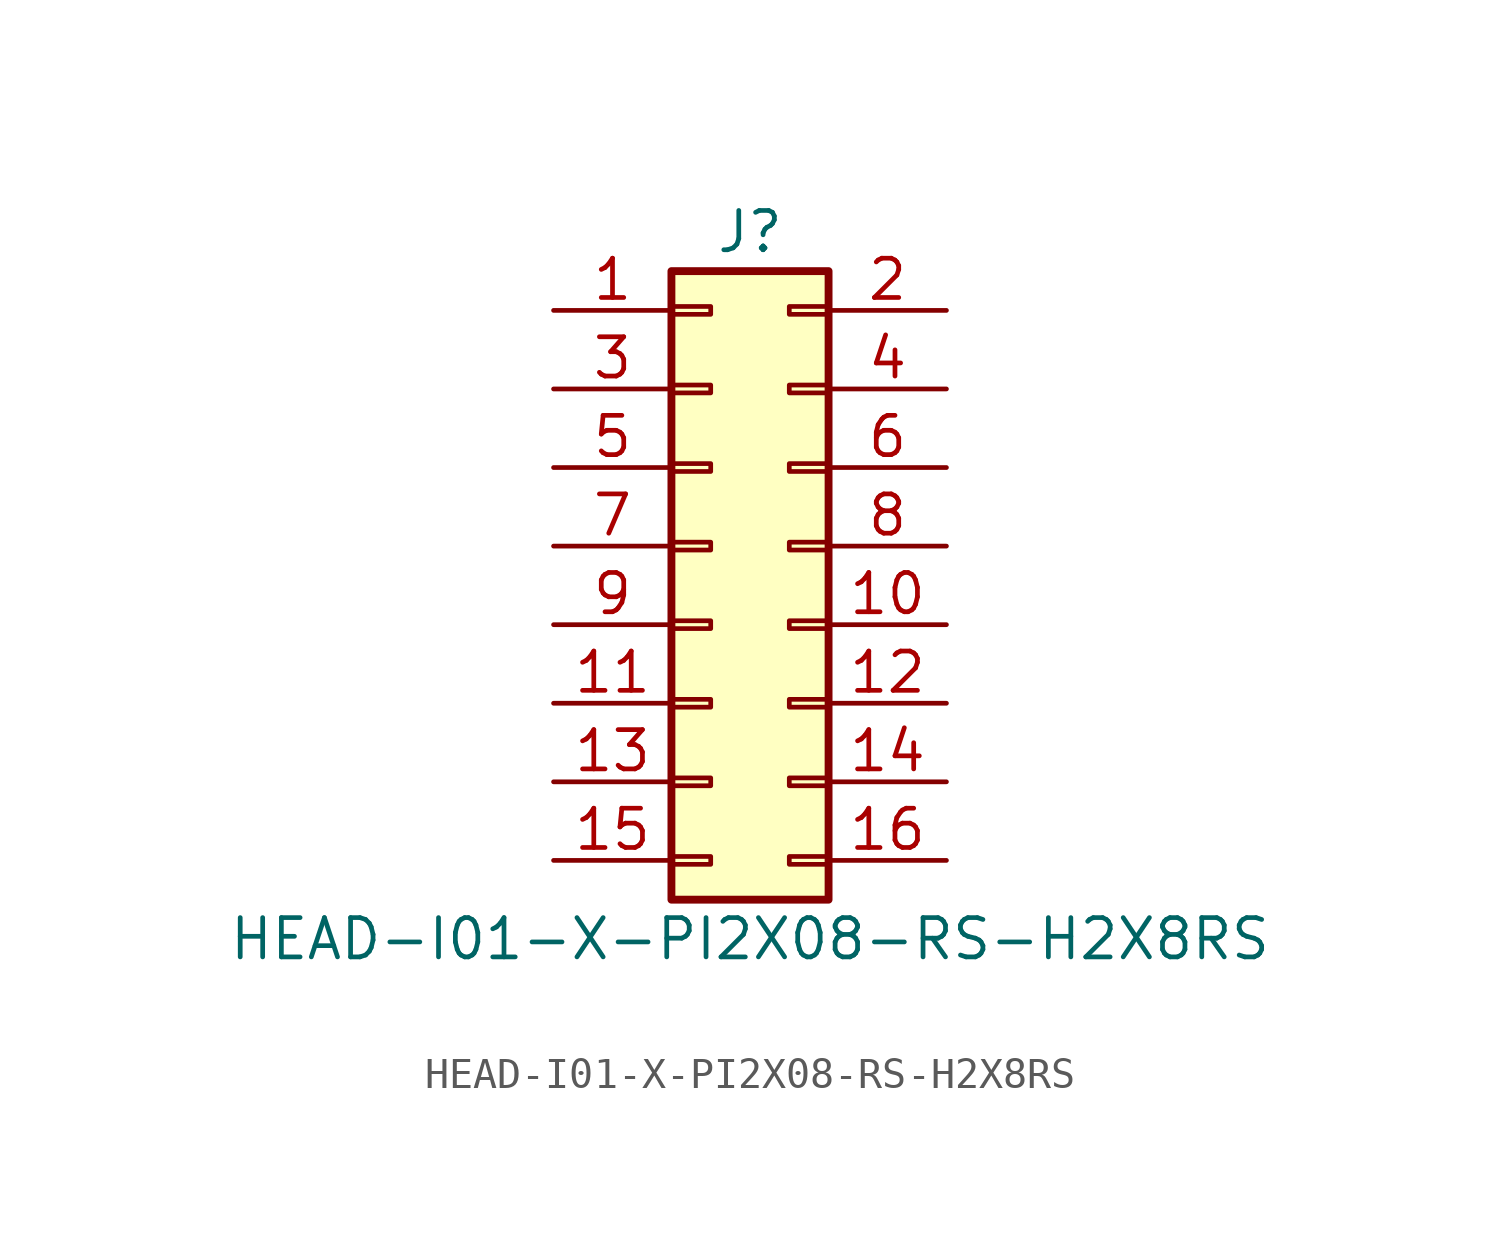
<source format=kicad_sym>
(kicad_symbol_lib
  (version 20211014)
  (generator kicad_symbol_editor)
  (symbol "HEAD-I01-X-PI2X08-RS-H2X8RS"
    (pin_names
      (offset 1.016) hide)
    (property "Reference" "J"
      (at 1.27 10.16 0)
      (effects (font (size 1.27 1.27))))
    (property "Value" "HEAD-I01-X-PI2X08-RS-H2X8RS"
      (at 1.27 -12.7 0)
      (effects (font (size 1.27 1.27))))
    (symbol "HEAD-I01-X-PI2X08-RS-H2X8RS_1_1"
      (rectangle (start -1.27 -10.033) (end 0 -10.287) (stroke (width 0.152) (type default) (color 0 0 0 0)) (fill (type none)))
      (rectangle (start -1.27 -7.493) (end 0 -7.747) (stroke (width 0.152) (type default) (color 0 0 0 0)) (fill (type none)))
      (rectangle (start -1.27 -4.953) (end 0 -5.207) (stroke (width 0.152) (type default) (color 0 0 0 0)) (fill (type none)))
      (rectangle (start -1.27 -2.413) (end 0 -2.667) (stroke (width 0.152) (type default) (color 0 0 0 0)) (fill (type none)))
      (rectangle (start -1.27 0.127) (end 0 -0.127) (stroke (width 0.152) (type default) (color 0 0 0 0)) (fill (type none)))
      (rectangle (start -1.27 2.667) (end 0 2.413) (stroke (width 0.152) (type default) (color 0 0 0 0)) (fill (type none)))
      (rectangle (start -1.27 5.207) (end 0 4.953) (stroke (width 0.152) (type default) (color 0 0 0 0)) (fill (type none)))
      (rectangle (start -1.27 7.747) (end 0 7.493) (stroke (width 0.152) (type default) (color 0 0 0 0)) (fill (type none)))
      (rectangle (start -1.27 8.89) (end 3.81 -11.43) (stroke (width 0.254) (type default) (color 0 0 0 0)) (fill (type background)))
      (rectangle (start 3.81 -10.033) (end 2.54 -10.287) (stroke (width 0.152) (type default) (color 0 0 0 0)) (fill (type none)))
      (rectangle (start 3.81 -7.493) (end 2.54 -7.747) (stroke (width 0.152) (type default) (color 0 0 0 0)) (fill (type none)))
      (rectangle (start 3.81 -4.953) (end 2.54 -5.207) (stroke (width 0.152) (type default) (color 0 0 0 0)) (fill (type none)))
      (rectangle (start 3.81 -2.413) (end 2.54 -2.667) (stroke (width 0.152) (type default) (color 0 0 0 0)) (fill (type none)))
      (rectangle (start 3.81 0.127) (end 2.54 -0.127) (stroke (width 0.152) (type default) (color 0 0 0 0)) (fill (type none)))
      (rectangle (start 3.81 2.667) (end 2.54 2.413) (stroke (width 0.152) (type default) (color 0 0 0 0)) (fill (type none)))
      (rectangle (start 3.81 5.207) (end 2.54 4.953) (stroke (width 0.152) (type default) (color 0 0 0 0)) (fill (type none)))
      (rectangle (start 3.81 7.747) (end 2.54 7.493) (stroke (width 0.152) (type default) (color 0 0 0 0)) (fill (type none)))
      (pin passive line (at -5.08 7.62 0) (length 3.81) (name "Pin_1" (effects (font (size 1.27 1.27)))) (number "1" (effects (font (size 1.27 1.27)))))
      (pin passive line (at 7.62 -2.54 180) (length 3.81) (name "Pin_10" (effects (font (size 1.27 1.27)))) (number "10" (effects (font (size 1.27 1.27)))))
      (pin passive line (at -5.08 -5.08 0) (length 3.81) (name "Pin_11" (effects (font (size 1.27 1.27)))) (number "11" (effects (font (size 1.27 1.27)))))
      (pin passive line (at 7.62 -5.08 180) (length 3.81) (name "Pin_12" (effects (font (size 1.27 1.27)))) (number "12" (effects (font (size 1.27 1.27)))))
      (pin passive line (at -5.08 -7.62 0) (length 3.81) (name "Pin_13" (effects (font (size 1.27 1.27)))) (number "13" (effects (font (size 1.27 1.27)))))
      (pin passive line (at 7.62 -7.62 180) (length 3.81) (name "Pin_14" (effects (font (size 1.27 1.27)))) (number "14" (effects (font (size 1.27 1.27)))))
      (pin passive line (at -5.08 -10.16 0) (length 3.81) (name "Pin_15" (effects (font (size 1.27 1.27)))) (number "15" (effects (font (size 1.27 1.27)))))
      (pin passive line (at 7.62 -10.16 180) (length 3.81) (name "Pin_16" (effects (font (size 1.27 1.27)))) (number "16" (effects (font (size 1.27 1.27)))))
      (pin passive line (at 7.62 7.62 180) (length 3.81) (name "Pin_2" (effects (font (size 1.27 1.27)))) (number "2" (effects (font (size 1.27 1.27)))))
      (pin passive line (at -5.08 5.08 0) (length 3.81) (name "Pin_3" (effects (font (size 1.27 1.27)))) (number "3" (effects (font (size 1.27 1.27)))))
      (pin passive line (at 7.62 5.08 180) (length 3.81) (name "Pin_4" (effects (font (size 1.27 1.27)))) (number "4" (effects (font (size 1.27 1.27)))))
      (pin passive line (at -5.08 2.54 0) (length 3.81) (name "Pin_5" (effects (font (size 1.27 1.27)))) (number "5" (effects (font (size 1.27 1.27)))))
      (pin passive line (at 7.62 2.54 180) (length 3.81) (name "Pin_6" (effects (font (size 1.27 1.27)))) (number "6" (effects (font (size 1.27 1.27)))))
      (pin passive line (at -5.08 0 0) (length 3.81) (name "Pin_7" (effects (font (size 1.27 1.27)))) (number "7" (effects (font (size 1.27 1.27)))))
      (pin passive line (at 7.62 0 180) (length 3.81) (name "Pin_8" (effects (font (size 1.27 1.27)))) (number "8" (effects (font (size 1.27 1.27)))))
      (pin passive line (at -5.08 -2.54 0) (length 3.81) (name "Pin_9" (effects (font (size 1.27 1.27)))) (number "9" (effects (font (size 1.27 1.27))))))))
</source>
